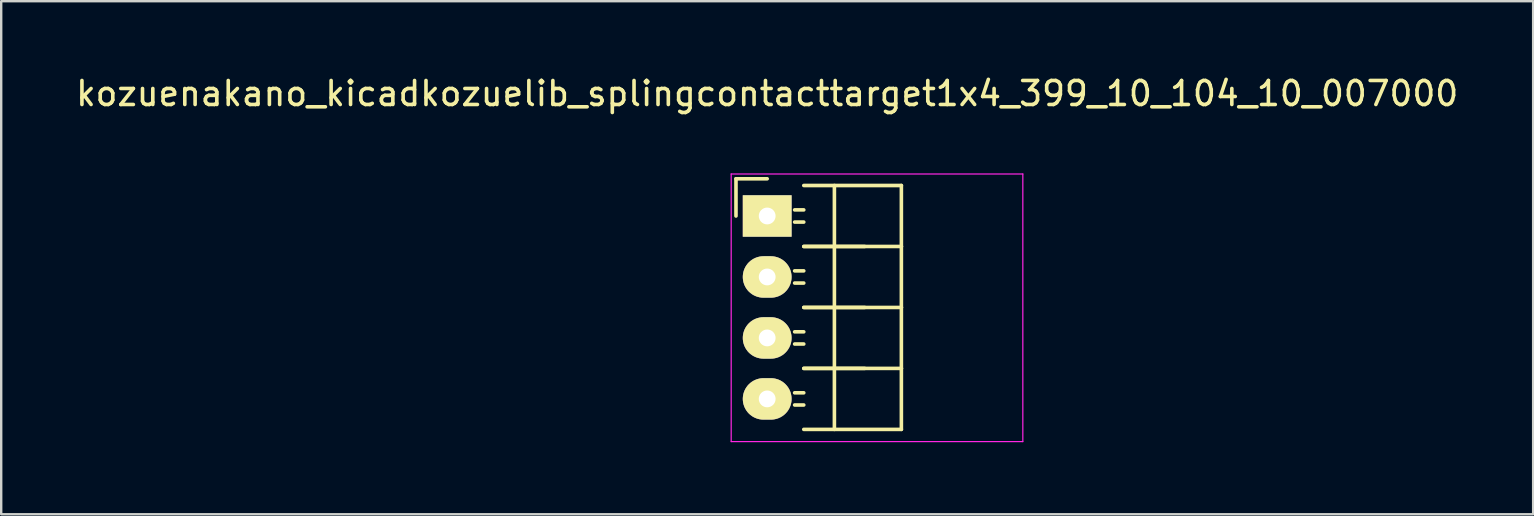
<source format=kicad_pcb>
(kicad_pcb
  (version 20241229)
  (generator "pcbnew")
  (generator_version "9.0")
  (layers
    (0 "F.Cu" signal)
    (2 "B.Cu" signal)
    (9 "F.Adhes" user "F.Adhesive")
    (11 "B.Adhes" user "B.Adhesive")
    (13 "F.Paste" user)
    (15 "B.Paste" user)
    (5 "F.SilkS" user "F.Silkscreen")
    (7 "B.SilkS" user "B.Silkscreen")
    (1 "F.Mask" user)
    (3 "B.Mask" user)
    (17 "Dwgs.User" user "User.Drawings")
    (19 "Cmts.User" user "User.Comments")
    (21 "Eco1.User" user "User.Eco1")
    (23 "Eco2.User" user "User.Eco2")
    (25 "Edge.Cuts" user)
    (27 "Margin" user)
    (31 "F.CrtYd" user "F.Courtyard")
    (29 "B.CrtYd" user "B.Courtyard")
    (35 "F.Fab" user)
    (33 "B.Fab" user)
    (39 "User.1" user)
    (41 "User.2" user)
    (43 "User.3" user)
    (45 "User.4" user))
  (footprint "kozuenakano_kicadkozuelib_splingcontacttarget1x4_399_10_104_10_007000"
    (layer "F.Cu")
    (at 34.501 9.758)
    (property "Reference" "kozuenakano_kicadkozuelib_splingcontacttarget1x4_399_10_104_10_007000" (at -5.59 -8.91 0) (layer "F.SilkS") (effects (font (size 1 1) (thickness 0.15))))
    (attr through_hole)
    (fp_line (start -6.89 -5.36) (end -6.89 -3.81) (stroke (width 0.15) (type solid)) (layer "F.SilkS"))
    (fp_line (start -5.59 -5.36) (end -6.89 -5.36) (stroke (width 0.15) (type solid)) (layer "F.SilkS"))
    (fp_line (start -4.066 -5.08) (end 0 -5.08) (stroke (width 0.15) (type solid)) (layer "F.SilkS"))
    (fp_line (start -4.066 -4.064) (end -4.447 -4.064) (stroke (width 0.15) (type solid)) (layer "F.SilkS"))
    (fp_line (start -4.066 -3.556) (end -4.447 -3.556) (stroke (width 0.15) (type solid)) (layer "F.SilkS"))
    (fp_line (start -4.066 -2.54) (end -1.526 -2.54) (stroke (width 0.15) (type solid)) (layer "F.SilkS"))
    (fp_line (start -4.066 -2.54) (end 0 -2.54) (stroke (width 0.15) (type solid)) (layer "F.SilkS"))
    (fp_line (start -4.066 -1.524) (end -4.447 -1.524) (stroke (width 0.15) (type solid)) (layer "F.SilkS"))
    (fp_line (start -4.066 -1.016) (end -4.447 -1.016) (stroke (width 0.15) (type solid)) (layer "F.SilkS"))
    (fp_line (start -4.066 0) (end -1.526 0) (stroke (width 0.15) (type solid)) (layer "F.SilkS"))
    (fp_line (start -4.066 0) (end 0 0) (stroke (width 0.15) (type solid)) (layer "F.SilkS"))
    (fp_line (start -4.066 1.016) (end -4.447 1.016) (stroke (width 0.15) (type solid)) (layer "F.SilkS"))
    (fp_line (start -4.066 1.524) (end -4.447 1.524) (stroke (width 0.15) (type solid)) (layer "F.SilkS"))
    (fp_line (start -4.066 2.54) (end -1.526 2.54) (stroke (width 0.15) (type solid)) (layer "F.SilkS"))
    (fp_line (start -4.066 2.54) (end 0 2.54) (stroke (width 0.15) (type solid)) (layer "F.SilkS"))
    (fp_line (start -4.066 3.556) (end -4.447 3.556) (stroke (width 0.15) (type solid)) (layer "F.SilkS"))
    (fp_line (start -4.066 4.064) (end -4.447 4.064) (stroke (width 0.15) (type solid)) (layer "F.SilkS"))
    (fp_line (start -4.066 5.08) (end 0 5.08) (stroke (width 0.15) (type solid)) (layer "F.SilkS"))
    (fp_line (start -2.79 -5.08) (end -2.79 -2.54) (stroke (width 0.15) (type solid)) (layer "F.SilkS"))
    (fp_line (start -2.79 -2.54) (end -2.79 0) (stroke (width 0.15) (type solid)) (layer "F.SilkS"))
    (fp_line (start -2.79 0) (end -2.79 2.54) (stroke (width 0.15) (type solid)) (layer "F.SilkS"))
    (fp_line (start -2.79 2.54) (end -2.79 5.08) (stroke (width 0.15) (type solid)) (layer "F.SilkS"))
    (fp_line (start 0 -2.54) (end 0 -5.08) (stroke (width 0.15) (type solid)) (layer "F.SilkS"))
    (fp_line (start 0 0) (end 0 -2.54) (stroke (width 0.15) (type solid)) (layer "F.SilkS"))
    (fp_line (start 0 2.54) (end 0 0) (stroke (width 0.15) (type solid)) (layer "F.SilkS"))
    (fp_line (start 0 5.08) (end 0 2.54) (stroke (width 0.15) (type solid)) (layer "F.SilkS"))
    (fp_line (start -7.09 -5.56) (end -7.09 5.59) (stroke (width 0.05) (type solid)) (layer "F.CrtYd"))
    (fp_line (start -7.09 -5.56) (end 5.06 -5.56) (stroke (width 0.05) (type solid)) (layer "F.CrtYd"))
    (fp_line (start -7.09 5.59) (end 5.06 5.59) (stroke (width 0.05) (type solid)) (layer "F.CrtYd"))
    (fp_line (start 5.06 -5.56) (end 5.06 5.59) (stroke (width 0.05) (type solid)) (layer "F.CrtYd"))
    (pad "1" thru_hole rect (at -5.59 -3.81) (size 2.032 1.727) (drill 0.7) (layers "*.Cu" "*.Mask" "F.SilkS"))
    (pad "2" thru_hole oval (at -5.59 -1.27) (size 2.032 1.727) (drill 0.7) (layers "*.Cu" "*.Mask" "F.SilkS"))
    (pad "3" thru_hole oval (at -5.59 1.27) (size 2.032 1.727) (drill 0.7) (layers "*.Cu" "*.Mask" "F.SilkS"))
    (pad "4" thru_hole oval (at -5.59 3.81) (size 2.032 1.727) (drill 0.7) (layers "*.Cu" "*.Mask" "F.SilkS")))
  (gr_rect
    (start -3 -3)
    (end 60.821 18.373)
    (stroke (width 0.1) (type default))
    (fill no)
    (layer "Edge.Cuts")))
</source>
